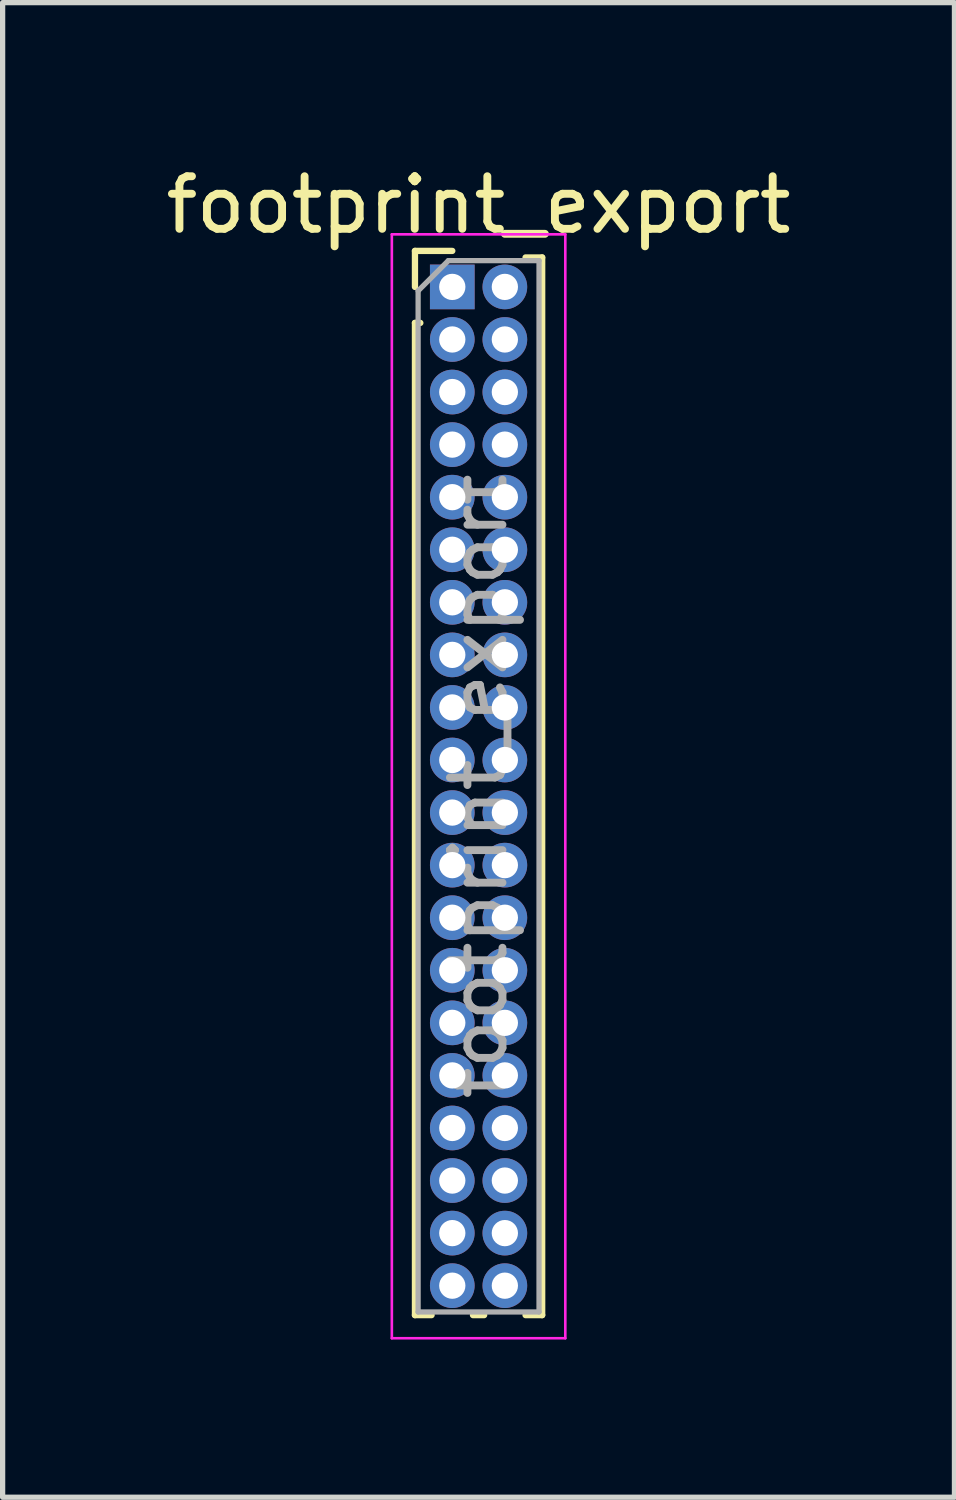
<source format=kicad_pcb>
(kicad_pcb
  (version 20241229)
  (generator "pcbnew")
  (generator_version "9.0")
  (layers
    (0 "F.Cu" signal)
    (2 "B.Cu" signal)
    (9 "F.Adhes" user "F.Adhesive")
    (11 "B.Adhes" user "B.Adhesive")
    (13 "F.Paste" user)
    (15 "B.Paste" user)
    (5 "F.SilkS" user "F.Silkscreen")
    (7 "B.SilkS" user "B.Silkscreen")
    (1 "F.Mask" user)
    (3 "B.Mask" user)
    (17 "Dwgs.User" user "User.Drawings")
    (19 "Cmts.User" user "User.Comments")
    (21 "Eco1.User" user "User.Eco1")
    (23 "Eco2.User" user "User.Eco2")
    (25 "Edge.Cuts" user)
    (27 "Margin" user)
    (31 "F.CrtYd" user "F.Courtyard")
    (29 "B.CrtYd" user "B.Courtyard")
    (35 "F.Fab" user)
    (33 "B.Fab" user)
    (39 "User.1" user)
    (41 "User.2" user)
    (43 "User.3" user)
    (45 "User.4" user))
  (footprint "footprint_export"
    (layer "F.Cu")
    (at 5.554 2.408)
    (property "Reference" "footprint_export" (at 0.5 -1.56 0) (layer "F.SilkS") (effects (font (size 1 1) (thickness 0.15))))
    (attr through_hole)
    (fp_line (start -0.71 -0.685) (end 0 -0.685) (stroke (width 0.12) (type solid)) (layer "F.SilkS"))
    (fp_line (start -0.71 0) (end -0.71 -0.685) (stroke (width 0.12) (type solid)) (layer "F.SilkS"))
    (fp_line (start -0.71 0.685) (end -0.71 19.56) (stroke (width 0.12) (type solid)) (layer "F.SilkS"))
    (fp_line (start -0.71 0.685) (end -0.608 0.685) (stroke (width 0.12) (type solid)) (layer "F.SilkS"))
    (fp_line (start -0.71 19.56) (end -0.394 19.56) (stroke (width 0.12) (type solid)) (layer "F.SilkS"))
    (fp_line (start 0.394 19.56) (end 0.606 19.56) (stroke (width 0.12) (type solid)) (layer "F.SilkS"))
    (fp_line (start 1.394 -0.56) (end 1.71 -0.56) (stroke (width 0.12) (type solid)) (layer "F.SilkS"))
    (fp_line (start 1.394 19.56) (end 1.71 19.56) (stroke (width 0.12) (type solid)) (layer "F.SilkS"))
    (fp_line (start 1.71 -0.56) (end 1.71 19.56) (stroke (width 0.12) (type solid)) (layer "F.SilkS"))
    (fp_line (start -1.15 -1) (end -1.15 20) (stroke (width 0.05) (type solid)) (layer "F.CrtYd"))
    (fp_line (start -1.15 20) (end 2.15 20) (stroke (width 0.05) (type solid)) (layer "F.CrtYd"))
    (fp_line (start 2.15 -1) (end -1.15 -1) (stroke (width 0.05) (type solid)) (layer "F.CrtYd"))
    (fp_line (start 2.15 20) (end 2.15 -1) (stroke (width 0.05) (type solid)) (layer "F.CrtYd"))
    (fp_line (start -0.65 0.075) (end -0.075 -0.5) (stroke (width 0.1) (type solid)) (layer "F.Fab"))
    (fp_line (start -0.65 19.5) (end -0.65 0.075) (stroke (width 0.1) (type solid)) (layer "F.Fab"))
    (fp_line (start -0.075 -0.5) (end 1.65 -0.5) (stroke (width 0.1) (type solid)) (layer "F.Fab"))
    (fp_line (start 1.65 -0.5) (end 1.65 19.5) (stroke (width 0.1) (type solid)) (layer "F.Fab"))
    (fp_line (start 1.65 19.5) (end -0.65 19.5) (stroke (width 0.1) (type solid)) (layer "F.Fab"))
    (fp_text user "${REFERENCE}" (at 0.5 9.5 90) (layer "F.Fab") (effects (font (size 1 1) (thickness 0.15))))
    (pad "1" thru_hole rect (at 0 0) (size 0.85 0.85) (drill 0.5) (layers "*.Cu" "*.Mask"))
    (pad "2" thru_hole oval (at 1 0) (size 0.85 0.85) (drill 0.5) (layers "*.Cu" "*.Mask"))
    (pad "3" thru_hole oval (at 0 1) (size 0.85 0.85) (drill 0.5) (layers "*.Cu" "*.Mask"))
    (pad "4" thru_hole oval (at 1 1) (size 0.85 0.85) (drill 0.5) (layers "*.Cu" "*.Mask"))
    (pad "5" thru_hole oval (at 0 2) (size 0.85 0.85) (drill 0.5) (layers "*.Cu" "*.Mask"))
    (pad "6" thru_hole oval (at 1 2) (size 0.85 0.85) (drill 0.5) (layers "*.Cu" "*.Mask"))
    (pad "7" thru_hole oval (at 0 3) (size 0.85 0.85) (drill 0.5) (layers "*.Cu" "*.Mask"))
    (pad "8" thru_hole oval (at 1 3) (size 0.85 0.85) (drill 0.5) (layers "*.Cu" "*.Mask"))
    (pad "9" thru_hole oval (at 0 4) (size 0.85 0.85) (drill 0.5) (layers "*.Cu" "*.Mask"))
    (pad "10" thru_hole oval (at 1 4) (size 0.85 0.85) (drill 0.5) (layers "*.Cu" "*.Mask"))
    (pad "11" thru_hole oval (at 0 5) (size 0.85 0.85) (drill 0.5) (layers "*.Cu" "*.Mask"))
    (pad "12" thru_hole oval (at 1 5) (size 0.85 0.85) (drill 0.5) (layers "*.Cu" "*.Mask"))
    (pad "13" thru_hole oval (at 0 6) (size 0.85 0.85) (drill 0.5) (layers "*.Cu" "*.Mask"))
    (pad "14" thru_hole oval (at 1 6) (size 0.85 0.85) (drill 0.5) (layers "*.Cu" "*.Mask"))
    (pad "15" thru_hole oval (at 0 7) (size 0.85 0.85) (drill 0.5) (layers "*.Cu" "*.Mask"))
    (pad "16" thru_hole oval (at 1 7) (size 0.85 0.85) (drill 0.5) (layers "*.Cu" "*.Mask"))
    (pad "17" thru_hole oval (at 0 8) (size 0.85 0.85) (drill 0.5) (layers "*.Cu" "*.Mask"))
    (pad "18" thru_hole oval (at 1 8) (size 0.85 0.85) (drill 0.5) (layers "*.Cu" "*.Mask"))
    (pad "19" thru_hole oval (at 0 9) (size 0.85 0.85) (drill 0.5) (layers "*.Cu" "*.Mask"))
    (pad "20" thru_hole oval (at 1 9) (size 0.85 0.85) (drill 0.5) (layers "*.Cu" "*.Mask"))
    (pad "21" thru_hole oval (at 0 10) (size 0.85 0.85) (drill 0.5) (layers "*.Cu" "*.Mask"))
    (pad "22" thru_hole oval (at 1 10) (size 0.85 0.85) (drill 0.5) (layers "*.Cu" "*.Mask"))
    (pad "23" thru_hole oval (at 0 11) (size 0.85 0.85) (drill 0.5) (layers "*.Cu" "*.Mask"))
    (pad "24" thru_hole oval (at 1 11) (size 0.85 0.85) (drill 0.5) (layers "*.Cu" "*.Mask"))
    (pad "25" thru_hole oval (at 0 12) (size 0.85 0.85) (drill 0.5) (layers "*.Cu" "*.Mask"))
    (pad "26" thru_hole oval (at 1 12) (size 0.85 0.85) (drill 0.5) (layers "*.Cu" "*.Mask"))
    (pad "27" thru_hole oval (at 0 13) (size 0.85 0.85) (drill 0.5) (layers "*.Cu" "*.Mask"))
    (pad "28" thru_hole oval (at 1 13) (size 0.85 0.85) (drill 0.5) (layers "*.Cu" "*.Mask"))
    (pad "29" thru_hole oval (at 0 14) (size 0.85 0.85) (drill 0.5) (layers "*.Cu" "*.Mask"))
    (pad "30" thru_hole oval (at 1 14) (size 0.85 0.85) (drill 0.5) (layers "*.Cu" "*.Mask"))
    (pad "31" thru_hole oval (at 0 15) (size 0.85 0.85) (drill 0.5) (layers "*.Cu" "*.Mask"))
    (pad "32" thru_hole oval (at 1 15) (size 0.85 0.85) (drill 0.5) (layers "*.Cu" "*.Mask"))
    (pad "33" thru_hole oval (at 0 16) (size 0.85 0.85) (drill 0.5) (layers "*.Cu" "*.Mask"))
    (pad "34" thru_hole oval (at 1 16) (size 0.85 0.85) (drill 0.5) (layers "*.Cu" "*.Mask"))
    (pad "35" thru_hole oval (at 0 17) (size 0.85 0.85) (drill 0.5) (layers "*.Cu" "*.Mask"))
    (pad "36" thru_hole oval (at 1 17) (size 0.85 0.85) (drill 0.5) (layers "*.Cu" "*.Mask"))
    (pad "37" thru_hole oval (at 0 18) (size 0.85 0.85) (drill 0.5) (layers "*.Cu" "*.Mask"))
    (pad "38" thru_hole oval (at 1 18) (size 0.85 0.85) (drill 0.5) (layers "*.Cu" "*.Mask"))
    (pad "39" thru_hole oval (at 0 19) (size 0.85 0.85) (drill 0.5) (layers "*.Cu" "*.Mask"))
    (pad "40" thru_hole oval (at 1 19) (size 0.85 0.85) (drill 0.5) (layers "*.Cu" "*.Mask")))
  (gr_rect
    (start -3 -3)
    (end 15.107 25.433)
    (stroke (width 0.1) (type default))
    (fill no)
    (layer "Edge.Cuts")))
</source>
